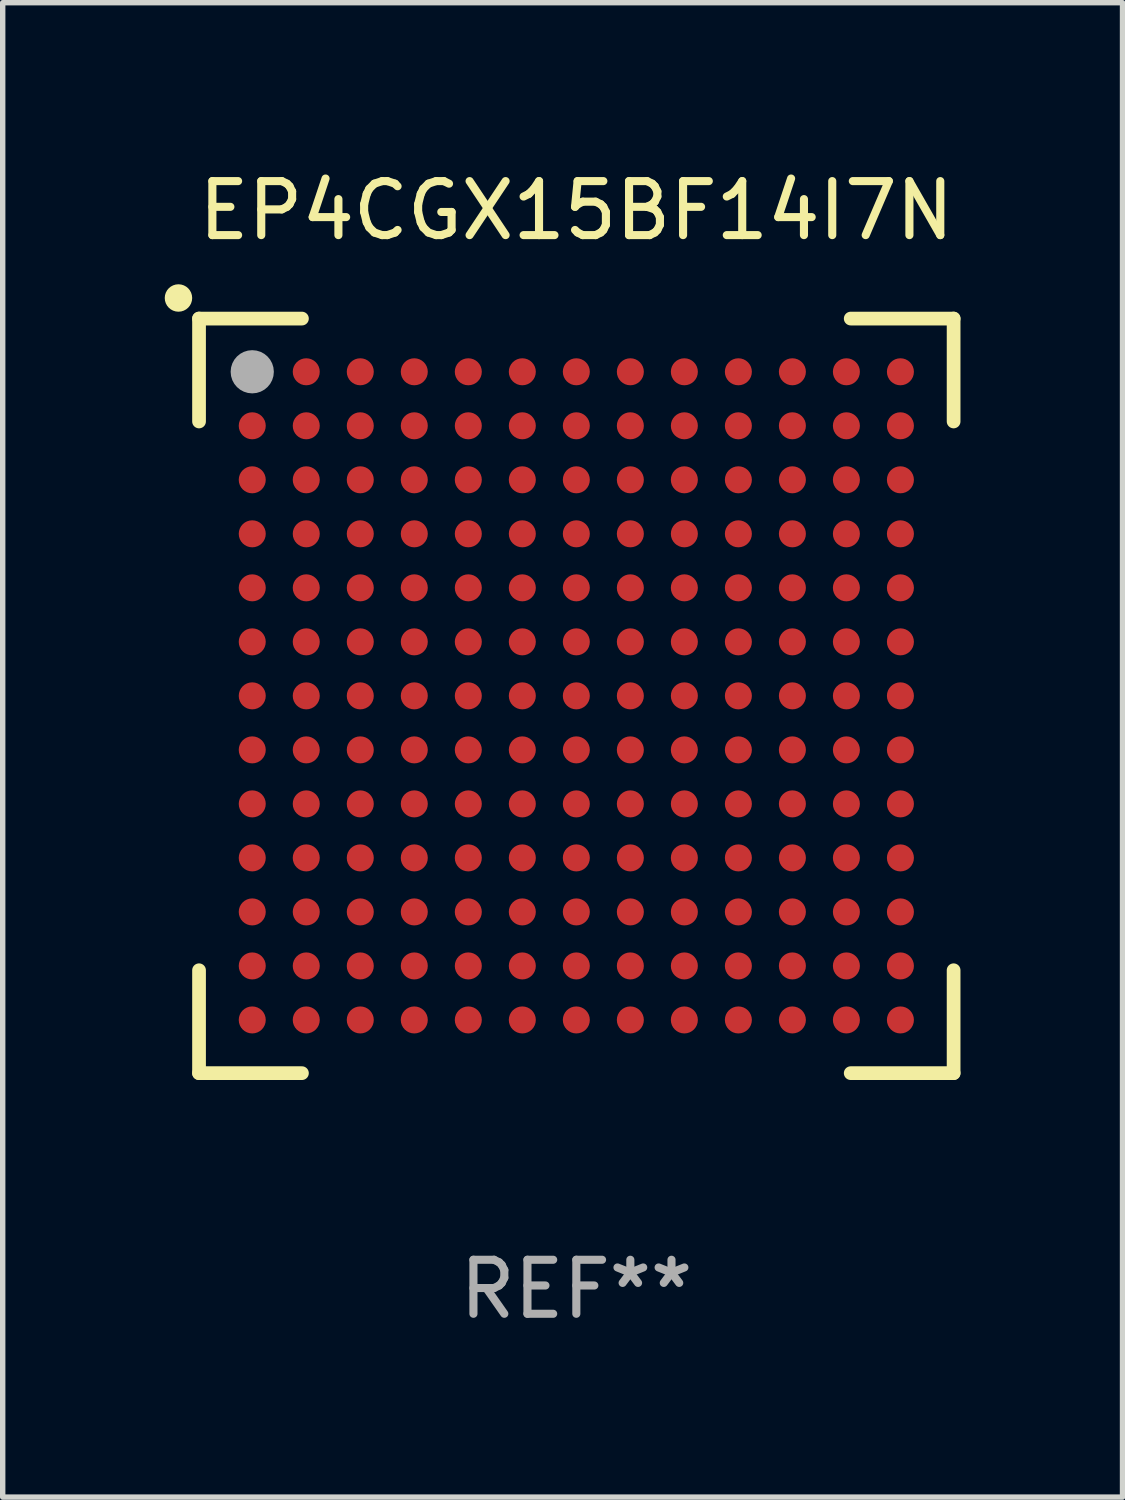
<source format=kicad_pcb>
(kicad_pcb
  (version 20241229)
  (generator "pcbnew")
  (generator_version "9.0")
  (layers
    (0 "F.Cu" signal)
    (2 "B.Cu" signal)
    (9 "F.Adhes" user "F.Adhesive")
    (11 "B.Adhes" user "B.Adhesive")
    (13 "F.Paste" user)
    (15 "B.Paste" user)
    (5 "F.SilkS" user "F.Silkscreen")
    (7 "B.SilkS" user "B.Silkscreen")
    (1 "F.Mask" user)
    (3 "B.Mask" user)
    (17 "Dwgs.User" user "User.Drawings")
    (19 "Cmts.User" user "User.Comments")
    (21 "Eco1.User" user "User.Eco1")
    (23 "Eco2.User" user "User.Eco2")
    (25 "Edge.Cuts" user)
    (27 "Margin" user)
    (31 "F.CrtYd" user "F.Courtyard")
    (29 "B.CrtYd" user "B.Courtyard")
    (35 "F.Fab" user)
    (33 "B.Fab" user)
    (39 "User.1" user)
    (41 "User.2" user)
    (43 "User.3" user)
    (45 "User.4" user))
  (footprint "EP4CGX15BF14I7N"
    (layer "F.Cu")
    (at 7.62 9.833)
    (property "Reference" "EP4CGX15BF14I7N" (at 0 -8.985 0) (layer "F.SilkS") (effects (font (size 1 1) (thickness 0.15))))
    (attr through_hole)
    (fp_line (start -6.985 -6.985) (end -5.08 -6.985) (stroke (width 0.254) (type solid)) (layer "F.SilkS"))
    (fp_line (start -6.985 -5.08) (end -6.985 -6.985) (stroke (width 0.254) (type solid)) (layer "F.SilkS"))
    (fp_line (start -6.985 6.985) (end -6.985 5.08) (stroke (width 0.254) (type solid)) (layer "F.SilkS"))
    (fp_line (start -5.08 6.985) (end -6.985 6.985) (stroke (width 0.254) (type solid)) (layer "F.SilkS"))
    (fp_line (start 5.08 -6.985) (end 6.985 -6.985) (stroke (width 0.254) (type solid)) (layer "F.SilkS"))
    (fp_line (start 6.985 -6.985) (end 6.985 -5.08) (stroke (width 0.254) (type solid)) (layer "F.SilkS"))
    (fp_line (start 6.985 5.08) (end 6.985 6.985) (stroke (width 0.254) (type solid)) (layer "F.SilkS"))
    (fp_line (start 6.985 6.985) (end 5.08 6.985) (stroke (width 0.254) (type solid)) (layer "F.SilkS"))
    (fp_circle (center -7.366 -7.366) (end -7.239 -7.366) (stroke (width 0.254) (type solid)) (fill no) (layer "F.SilkS"))
    (fp_circle (center -7 -7) (end -6.97 -7) (stroke (width 0.06) (type solid)) (fill no) (layer "F.SilkS"))
    (fp_circle (center -6 -6) (end -5.8 -6) (stroke (width 0.4) (type solid)) (fill no) (layer "F.Fab"))
    (fp_text user "REF**" (at 0 10.985 0) (layer "F.Fab") (effects (font (size 1 1) (thickness 0.15))))
    (pad "A1" smd circle (at -6 -6) (size 0.5 0.5) (layers "F.Cu" "F.Mask" "F.Paste"))
    (pad "A2" smd circle (at -5 -6) (size 0.5 0.5) (layers "F.Cu" "F.Mask" "F.Paste"))
    (pad "A3" smd circle (at -4 -6) (size 0.5 0.5) (layers "F.Cu" "F.Mask" "F.Paste"))
    (pad "A4" smd circle (at -3 -6) (size 0.5 0.5) (layers "F.Cu" "F.Mask" "F.Paste"))
    (pad "A5" smd circle (at -2 -6) (size 0.5 0.5) (layers "F.Cu" "F.Mask" "F.Paste"))
    (pad "A6" smd circle (at -1 -6) (size 0.5 0.5) (layers "F.Cu" "F.Mask" "F.Paste"))
    (pad "A7" smd circle (at -0.000025 -6) (size 0.5 0.5) (layers "F.Cu" "F.Mask" "F.Paste"))
    (pad "A8" smd circle (at 1 -6) (size 0.5 0.5) (layers "F.Cu" "F.Mask" "F.Paste"))
    (pad "A9" smd circle (at 2 -6) (size 0.5 0.5) (layers "F.Cu" "F.Mask" "F.Paste"))
    (pad "A10" smd circle (at 3 -6) (size 0.5 0.5) (layers "F.Cu" "F.Mask" "F.Paste"))
    (pad "A11" smd circle (at 4 -6) (size 0.5 0.5) (layers "F.Cu" "F.Mask" "F.Paste"))
    (pad "A12" smd circle (at 5 -6) (size 0.5 0.5) (layers "F.Cu" "F.Mask" "F.Paste"))
    (pad "A13" smd circle (at 6 -6) (size 0.5 0.5) (layers "F.Cu" "F.Mask" "F.Paste"))
    (pad "B1" smd circle (at -6 -5) (size 0.5 0.5) (layers "F.Cu" "F.Mask" "F.Paste"))
    (pad "B2" smd circle (at -5 -5) (size 0.5 0.5) (layers "F.Cu" "F.Mask" "F.Paste"))
    (pad "B3" smd circle (at -4 -5) (size 0.5 0.5) (layers "F.Cu" "F.Mask" "F.Paste"))
    (pad "B4" smd circle (at -3 -5) (size 0.5 0.5) (layers "F.Cu" "F.Mask" "F.Paste"))
    (pad "B5" smd circle (at -2 -5) (size 0.5 0.5) (layers "F.Cu" "F.Mask" "F.Paste"))
    (pad "B6" smd circle (at -1 -5) (size 0.5 0.5) (layers "F.Cu" "F.Mask" "F.Paste"))
    (pad "B7" smd circle (at -0.000025 -5) (size 0.5 0.5) (layers "F.Cu" "F.Mask" "F.Paste"))
    (pad "B8" smd circle (at 1 -5) (size 0.5 0.5) (layers "F.Cu" "F.Mask" "F.Paste"))
    (pad "B9" smd circle (at 2 -5) (size 0.5 0.5) (layers "F.Cu" "F.Mask" "F.Paste"))
    (pad "B10" smd circle (at 3 -5) (size 0.5 0.5) (layers "F.Cu" "F.Mask" "F.Paste"))
    (pad "B11" smd circle (at 4 -5) (size 0.5 0.5) (layers "F.Cu" "F.Mask" "F.Paste"))
    (pad "B12" smd circle (at 5 -5) (size 0.5 0.5) (layers "F.Cu" "F.Mask" "F.Paste"))
    (pad "B13" smd circle (at 6 -5) (size 0.5 0.5) (layers "F.Cu" "F.Mask" "F.Paste"))
    (pad "C1" smd circle (at -6 -4) (size 0.5 0.5) (layers "F.Cu" "F.Mask" "F.Paste"))
    (pad "C2" smd circle (at -5 -4) (size 0.5 0.5) (layers "F.Cu" "F.Mask" "F.Paste"))
    (pad "C3" smd circle (at -4 -4) (size 0.5 0.5) (layers "F.Cu" "F.Mask" "F.Paste"))
    (pad "C4" smd circle (at -3 -4) (size 0.5 0.5) (layers "F.Cu" "F.Mask" "F.Paste"))
    (pad "C5" smd circle (at -2 -4) (size 0.5 0.5) (layers "F.Cu" "F.Mask" "F.Paste"))
    (pad "C6" smd circle (at -1 -4) (size 0.5 0.5) (layers "F.Cu" "F.Mask" "F.Paste"))
    (pad "C7" smd circle (at -0.000025 -4) (size 0.5 0.5) (layers "F.Cu" "F.Mask" "F.Paste"))
    (pad "C8" smd circle (at 1 -4) (size 0.5 0.5) (layers "F.Cu" "F.Mask" "F.Paste"))
    (pad "C9" smd circle (at 2 -4) (size 0.5 0.5) (layers "F.Cu" "F.Mask" "F.Paste"))
    (pad "C10" smd circle (at 3 -4) (size 0.5 0.5) (layers "F.Cu" "F.Mask" "F.Paste"))
    (pad "C11" smd circle (at 4 -4) (size 0.5 0.5) (layers "F.Cu" "F.Mask" "F.Paste"))
    (pad "C12" smd circle (at 5 -4) (size 0.5 0.5) (layers "F.Cu" "F.Mask" "F.Paste"))
    (pad "C13" smd circle (at 6 -4) (size 0.5 0.5) (layers "F.Cu" "F.Mask" "F.Paste"))
    (pad "D1" smd circle (at -6 -3) (size 0.5 0.5) (layers "F.Cu" "F.Mask" "F.Paste"))
    (pad "D2" smd circle (at -5 -3) (size 0.5 0.5) (layers "F.Cu" "F.Mask" "F.Paste"))
    (pad "D3" smd circle (at -4 -3) (size 0.5 0.5) (layers "F.Cu" "F.Mask" "F.Paste"))
    (pad "D4" smd circle (at -3 -3) (size 0.5 0.5) (layers "F.Cu" "F.Mask" "F.Paste"))
    (pad "D5" smd circle (at -2 -3) (size 0.5 0.5) (layers "F.Cu" "F.Mask" "F.Paste"))
    (pad "D6" smd circle (at -1 -3) (size 0.5 0.5) (layers "F.Cu" "F.Mask" "F.Paste"))
    (pad "D7" smd circle (at -0.000025 -3) (size 0.5 0.5) (layers "F.Cu" "F.Mask" "F.Paste"))
    (pad "D8" smd circle (at 1 -3) (size 0.5 0.5) (layers "F.Cu" "F.Mask" "F.Paste"))
    (pad "D9" smd circle (at 2 -3) (size 0.5 0.5) (layers "F.Cu" "F.Mask" "F.Paste"))
    (pad "D10" smd circle (at 3 -3) (size 0.5 0.5) (layers "F.Cu" "F.Mask" "F.Paste"))
    (pad "D11" smd circle (at 4 -3) (size 0.5 0.5) (layers "F.Cu" "F.Mask" "F.Paste"))
    (pad "D12" smd circle (at 5 -3) (size 0.5 0.5) (layers "F.Cu" "F.Mask" "F.Paste"))
    (pad "D13" smd circle (at 6 -3) (size 0.5 0.5) (layers "F.Cu" "F.Mask" "F.Paste"))
    (pad "E1" smd circle (at -6 -2) (size 0.5 0.5) (layers "F.Cu" "F.Mask" "F.Paste"))
    (pad "E2" smd circle (at -5 -2) (size 0.5 0.5) (layers "F.Cu" "F.Mask" "F.Paste"))
    (pad "E3" smd circle (at -4 -2) (size 0.5 0.5) (layers "F.Cu" "F.Mask" "F.Paste"))
    (pad "E4" smd circle (at -3 -2) (size 0.5 0.5) (layers "F.Cu" "F.Mask" "F.Paste"))
    (pad "E5" smd circle (at -2 -2) (size 0.5 0.5) (layers "F.Cu" "F.Mask" "F.Paste"))
    (pad "E6" smd circle (at -1 -2) (size 0.5 0.5) (layers "F.Cu" "F.Mask" "F.Paste"))
    (pad "E7" smd circle (at -0.000025 -2) (size 0.5 0.5) (layers "F.Cu" "F.Mask" "F.Paste"))
    (pad "E8" smd circle (at 1 -2) (size 0.5 0.5) (layers "F.Cu" "F.Mask" "F.Paste"))
    (pad "E9" smd circle (at 2 -2) (size 0.5 0.5) (layers "F.Cu" "F.Mask" "F.Paste"))
    (pad "E10" smd circle (at 3 -2) (size 0.5 0.5) (layers "F.Cu" "F.Mask" "F.Paste"))
    (pad "E11" smd circle (at 4 -2) (size 0.5 0.5) (layers "F.Cu" "F.Mask" "F.Paste"))
    (pad "E12" smd circle (at 5 -2) (size 0.5 0.5) (layers "F.Cu" "F.Mask" "F.Paste"))
    (pad "E13" smd circle (at 6 -2) (size 0.5 0.5) (layers "F.Cu" "F.Mask" "F.Paste"))
    (pad "F1" smd circle (at -6 -1) (size 0.5 0.5) (layers "F.Cu" "F.Mask" "F.Paste"))
    (pad "F2" smd circle (at -5 -1) (size 0.5 0.5) (layers "F.Cu" "F.Mask" "F.Paste"))
    (pad "F3" smd circle (at -4 -1) (size 0.5 0.5) (layers "F.Cu" "F.Mask" "F.Paste"))
    (pad "F4" smd circle (at -3 -1) (size 0.5 0.5) (layers "F.Cu" "F.Mask" "F.Paste"))
    (pad "F5" smd circle (at -2 -1) (size 0.5 0.5) (layers "F.Cu" "F.Mask" "F.Paste"))
    (pad "F6" smd circle (at -1 -1) (size 0.5 0.5) (layers "F.Cu" "F.Mask" "F.Paste"))
    (pad "F7" smd circle (at -0.000025 -1) (size 0.5 0.5) (layers "F.Cu" "F.Mask" "F.Paste"))
    (pad "F8" smd circle (at 1 -1) (size 0.5 0.5) (layers "F.Cu" "F.Mask" "F.Paste"))
    (pad "F9" smd circle (at 2 -1) (size 0.5 0.5) (layers "F.Cu" "F.Mask" "F.Paste"))
    (pad "F10" smd circle (at 3 -1) (size 0.5 0.5) (layers "F.Cu" "F.Mask" "F.Paste"))
    (pad "F11" smd circle (at 4 -1) (size 0.5 0.5) (layers "F.Cu" "F.Mask" "F.Paste"))
    (pad "F12" smd circle (at 5 -1) (size 0.5 0.5) (layers "F.Cu" "F.Mask" "F.Paste"))
    (pad "F13" smd circle (at 6 -1) (size 0.5 0.5) (layers "F.Cu" "F.Mask" "F.Paste"))
    (pad "G1" smd circle (at -6 -0.000102) (size 0.5 0.5) (layers "F.Cu" "F.Mask" "F.Paste"))
    (pad "G2" smd circle (at -5 -0.000102) (size 0.5 0.5) (layers "F.Cu" "F.Mask" "F.Paste"))
    (pad "G3" smd circle (at -4 -0.000102) (size 0.5 0.5) (layers "F.Cu" "F.Mask" "F.Paste"))
    (pad "G4" smd circle (at -3 -0.000102) (size 0.5 0.5) (layers "F.Cu" "F.Mask" "F.Paste"))
    (pad "G5" smd circle (at -2 -0.000102) (size 0.5 0.5) (layers "F.Cu" "F.Mask" "F.Paste"))
    (pad "G6" smd circle (at -1 -0.000102) (size 0.5 0.5) (layers "F.Cu" "F.Mask" "F.Paste"))
    (pad "G7" smd circle (at -0.000025 -0.000102) (size 0.5 0.5) (layers "F.Cu" "F.Mask" "F.Paste"))
    (pad "G8" smd circle (at 1 -0.000102) (size 0.5 0.5) (layers "F.Cu" "F.Mask" "F.Paste"))
    (pad "G9" smd circle (at 2 -0.000102) (size 0.5 0.5) (layers "F.Cu" "F.Mask" "F.Paste"))
    (pad "G10" smd circle (at 3 -0.000102) (size 0.5 0.5) (layers "F.Cu" "F.Mask" "F.Paste"))
    (pad "G11" smd circle (at 4 -0.000102) (size 0.5 0.5) (layers "F.Cu" "F.Mask" "F.Paste"))
    (pad "G12" smd circle (at 5 -0.000102) (size 0.5 0.5) (layers "F.Cu" "F.Mask" "F.Paste"))
    (pad "G13" smd circle (at 6 -0.000102) (size 0.5 0.5) (layers "F.Cu" "F.Mask" "F.Paste"))
    (pad "H1" smd circle (at -6 1) (size 0.5 0.5) (layers "F.Cu" "F.Mask" "F.Paste"))
    (pad "H2" smd circle (at -5 1) (size 0.5 0.5) (layers "F.Cu" "F.Mask" "F.Paste"))
    (pad "H3" smd circle (at -4 1) (size 0.5 0.5) (layers "F.Cu" "F.Mask" "F.Paste"))
    (pad "H4" smd circle (at -3 1) (size 0.5 0.5) (layers "F.Cu" "F.Mask" "F.Paste"))
    (pad "H5" smd circle (at -2 1) (size 0.5 0.5) (layers "F.Cu" "F.Mask" "F.Paste"))
    (pad "H6" smd circle (at -1 1) (size 0.5 0.5) (layers "F.Cu" "F.Mask" "F.Paste"))
    (pad "H7" smd circle (at -0.000025 1) (size 0.5 0.5) (layers "F.Cu" "F.Mask" "F.Paste"))
    (pad "H8" smd circle (at 1 1) (size 0.5 0.5) (layers "F.Cu" "F.Mask" "F.Paste"))
    (pad "H9" smd circle (at 2 1) (size 0.5 0.5) (layers "F.Cu" "F.Mask" "F.Paste"))
    (pad "H10" smd circle (at 3 1) (size 0.5 0.5) (layers "F.Cu" "F.Mask" "F.Paste"))
    (pad "H11" smd circle (at 4 1) (size 0.5 0.5) (layers "F.Cu" "F.Mask" "F.Paste"))
    (pad "H12" smd circle (at 5 1) (size 0.5 0.5) (layers "F.Cu" "F.Mask" "F.Paste"))
    (pad "H13" smd circle (at 6 1) (size 0.5 0.5) (layers "F.Cu" "F.Mask" "F.Paste"))
    (pad "J1" smd circle (at -6 2) (size 0.5 0.5) (layers "F.Cu" "F.Mask" "F.Paste"))
    (pad "J2" smd circle (at -5 2) (size 0.5 0.5) (layers "F.Cu" "F.Mask" "F.Paste"))
    (pad "J3" smd circle (at -4 2) (size 0.5 0.5) (layers "F.Cu" "F.Mask" "F.Paste"))
    (pad "J4" smd circle (at -3 2) (size 0.5 0.5) (layers "F.Cu" "F.Mask" "F.Paste"))
    (pad "J5" smd circle (at -2 2) (size 0.5 0.5) (layers "F.Cu" "F.Mask" "F.Paste"))
    (pad "J6" smd circle (at -1 2) (size 0.5 0.5) (layers "F.Cu" "F.Mask" "F.Paste"))
    (pad "J7" smd circle (at -0.000025 2) (size 0.5 0.5) (layers "F.Cu" "F.Mask" "F.Paste"))
    (pad "J8" smd circle (at 1 2) (size 0.5 0.5) (layers "F.Cu" "F.Mask" "F.Paste"))
    (pad "J9" smd circle (at 2 2) (size 0.5 0.5) (layers "F.Cu" "F.Mask" "F.Paste"))
    (pad "J10" smd circle (at 3 2) (size 0.5 0.5) (layers "F.Cu" "F.Mask" "F.Paste"))
    (pad "J11" smd circle (at 4 2) (size 0.5 0.5) (layers "F.Cu" "F.Mask" "F.Paste"))
    (pad "J12" smd circle (at 5 2) (size 0.5 0.5) (layers "F.Cu" "F.Mask" "F.Paste"))
    (pad "J13" smd circle (at 6 2) (size 0.5 0.5) (layers "F.Cu" "F.Mask" "F.Paste"))
    (pad "K1" smd circle (at -6 3) (size 0.5 0.5) (layers "F.Cu" "F.Mask" "F.Paste"))
    (pad "K2" smd circle (at -5 3) (size 0.5 0.5) (layers "F.Cu" "F.Mask" "F.Paste"))
    (pad "K3" smd circle (at -4 3) (size 0.5 0.5) (layers "F.Cu" "F.Mask" "F.Paste"))
    (pad "K4" smd circle (at -3 3) (size 0.5 0.5) (layers "F.Cu" "F.Mask" "F.Paste"))
    (pad "K5" smd circle (at -2 3) (size 0.5 0.5) (layers "F.Cu" "F.Mask" "F.Paste"))
    (pad "K6" smd circle (at -1 3) (size 0.5 0.5) (layers "F.Cu" "F.Mask" "F.Paste"))
    (pad "K7" smd circle (at -0.000025 3) (size 0.5 0.5) (layers "F.Cu" "F.Mask" "F.Paste"))
    (pad "K8" smd circle (at 1 3) (size 0.5 0.5) (layers "F.Cu" "F.Mask" "F.Paste"))
    (pad "K9" smd circle (at 2 3) (size 0.5 0.5) (layers "F.Cu" "F.Mask" "F.Paste"))
    (pad "K10" smd circle (at 3 3) (size 0.5 0.5) (layers "F.Cu" "F.Mask" "F.Paste"))
    (pad "K11" smd circle (at 4 3) (size 0.5 0.5) (layers "F.Cu" "F.Mask" "F.Paste"))
    (pad "K12" smd circle (at 5 3) (size 0.5 0.5) (layers "F.Cu" "F.Mask" "F.Paste"))
    (pad "K13" smd circle (at 6 3) (size 0.5 0.5) (layers "F.Cu" "F.Mask" "F.Paste"))
    (pad "L1" smd circle (at -6 4) (size 0.5 0.5) (layers "F.Cu" "F.Mask" "F.Paste"))
    (pad "L2" smd circle (at -5 4) (size 0.5 0.5) (layers "F.Cu" "F.Mask" "F.Paste"))
    (pad "L3" smd circle (at -4 4) (size 0.5 0.5) (layers "F.Cu" "F.Mask" "F.Paste"))
    (pad "L4" smd circle (at -3 4) (size 0.5 0.5) (layers "F.Cu" "F.Mask" "F.Paste"))
    (pad "L5" smd circle (at -2 4) (size 0.5 0.5) (layers "F.Cu" "F.Mask" "F.Paste"))
    (pad "L6" smd circle (at -1 4) (size 0.5 0.5) (layers "F.Cu" "F.Mask" "F.Paste"))
    (pad "L7" smd circle (at -0.000025 4) (size 0.5 0.5) (layers "F.Cu" "F.Mask" "F.Paste"))
    (pad "L8" smd circle (at 1 4) (size 0.5 0.5) (layers "F.Cu" "F.Mask" "F.Paste"))
    (pad "L9" smd circle (at 2 4) (size 0.5 0.5) (layers "F.Cu" "F.Mask" "F.Paste"))
    (pad "L10" smd circle (at 3 4) (size 0.5 0.5) (layers "F.Cu" "F.Mask" "F.Paste"))
    (pad "L11" smd circle (at 4 4) (size 0.5 0.5) (layers "F.Cu" "F.Mask" "F.Paste"))
    (pad "L12" smd circle (at 5 4) (size 0.5 0.5) (layers "F.Cu" "F.Mask" "F.Paste"))
    (pad "L13" smd circle (at 6 4) (size 0.5 0.5) (layers "F.Cu" "F.Mask" "F.Paste"))
    (pad "M1" smd circle (at -6 5) (size 0.5 0.5) (layers "F.Cu" "F.Mask" "F.Paste"))
    (pad "M2" smd circle (at -5 5) (size 0.5 0.5) (layers "F.Cu" "F.Mask" "F.Paste"))
    (pad "M3" smd circle (at -4 5) (size 0.5 0.5) (layers "F.Cu" "F.Mask" "F.Paste"))
    (pad "M4" smd circle (at -3 5) (size 0.5 0.5) (layers "F.Cu" "F.Mask" "F.Paste"))
    (pad "M5" smd circle (at -2 5) (size 0.5 0.5) (layers "F.Cu" "F.Mask" "F.Paste"))
    (pad "M6" smd circle (at -1 5) (size 0.5 0.5) (layers "F.Cu" "F.Mask" "F.Paste"))
    (pad "M7" smd circle (at -0.000025 5) (size 0.5 0.5) (layers "F.Cu" "F.Mask" "F.Paste"))
    (pad "M8" smd circle (at 1 5) (size 0.5 0.5) (layers "F.Cu" "F.Mask" "F.Paste"))
    (pad "M9" smd circle (at 2 5) (size 0.5 0.5) (layers "F.Cu" "F.Mask" "F.Paste"))
    (pad "M10" smd circle (at 3 5) (size 0.5 0.5) (layers "F.Cu" "F.Mask" "F.Paste"))
    (pad "M11" smd circle (at 4 5) (size 0.5 0.5) (layers "F.Cu" "F.Mask" "F.Paste"))
    (pad "M12" smd circle (at 5 5) (size 0.5 0.5) (layers "F.Cu" "F.Mask" "F.Paste"))
    (pad "M13" smd circle (at 6 5) (size 0.5 0.5) (layers "F.Cu" "F.Mask" "F.Paste"))
    (pad "N1" smd circle (at -6 6) (size 0.5 0.5) (layers "F.Cu" "F.Mask" "F.Paste"))
    (pad "N2" smd circle (at -5 6) (size 0.5 0.5) (layers "F.Cu" "F.Mask" "F.Paste"))
    (pad "N3" smd circle (at -4 6) (size 0.5 0.5) (layers "F.Cu" "F.Mask" "F.Paste"))
    (pad "N4" smd circle (at -3 6) (size 0.5 0.5) (layers "F.Cu" "F.Mask" "F.Paste"))
    (pad "N5" smd circle (at -2 6) (size 0.5 0.5) (layers "F.Cu" "F.Mask" "F.Paste"))
    (pad "N6" smd circle (at -1 6) (size 0.5 0.5) (layers "F.Cu" "F.Mask" "F.Paste"))
    (pad "N7" smd circle (at -0.000025 6) (size 0.5 0.5) (layers "F.Cu" "F.Mask" "F.Paste"))
    (pad "N8" smd circle (at 1 6) (size 0.5 0.5) (layers "F.Cu" "F.Mask" "F.Paste"))
    (pad "N9" smd circle (at 2 6) (size 0.5 0.5) (layers "F.Cu" "F.Mask" "F.Paste"))
    (pad "N10" smd circle (at 3 6) (size 0.5 0.5) (layers "F.Cu" "F.Mask" "F.Paste"))
    (pad "N11" smd circle (at 4 6) (size 0.5 0.5) (layers "F.Cu" "F.Mask" "F.Paste"))
    (pad "N12" smd circle (at 5 6) (size 0.5 0.5) (layers "F.Cu" "F.Mask" "F.Paste"))
    (pad "N13" smd circle (at 6 6) (size 0.5 0.5) (layers "F.Cu" "F.Mask" "F.Paste")))
  (gr_rect
    (start -3 -3)
    (end 17.732 24.667)
    (stroke (width 0.1) (type default))
    (fill no)
    (layer "Edge.Cuts")))
</source>
